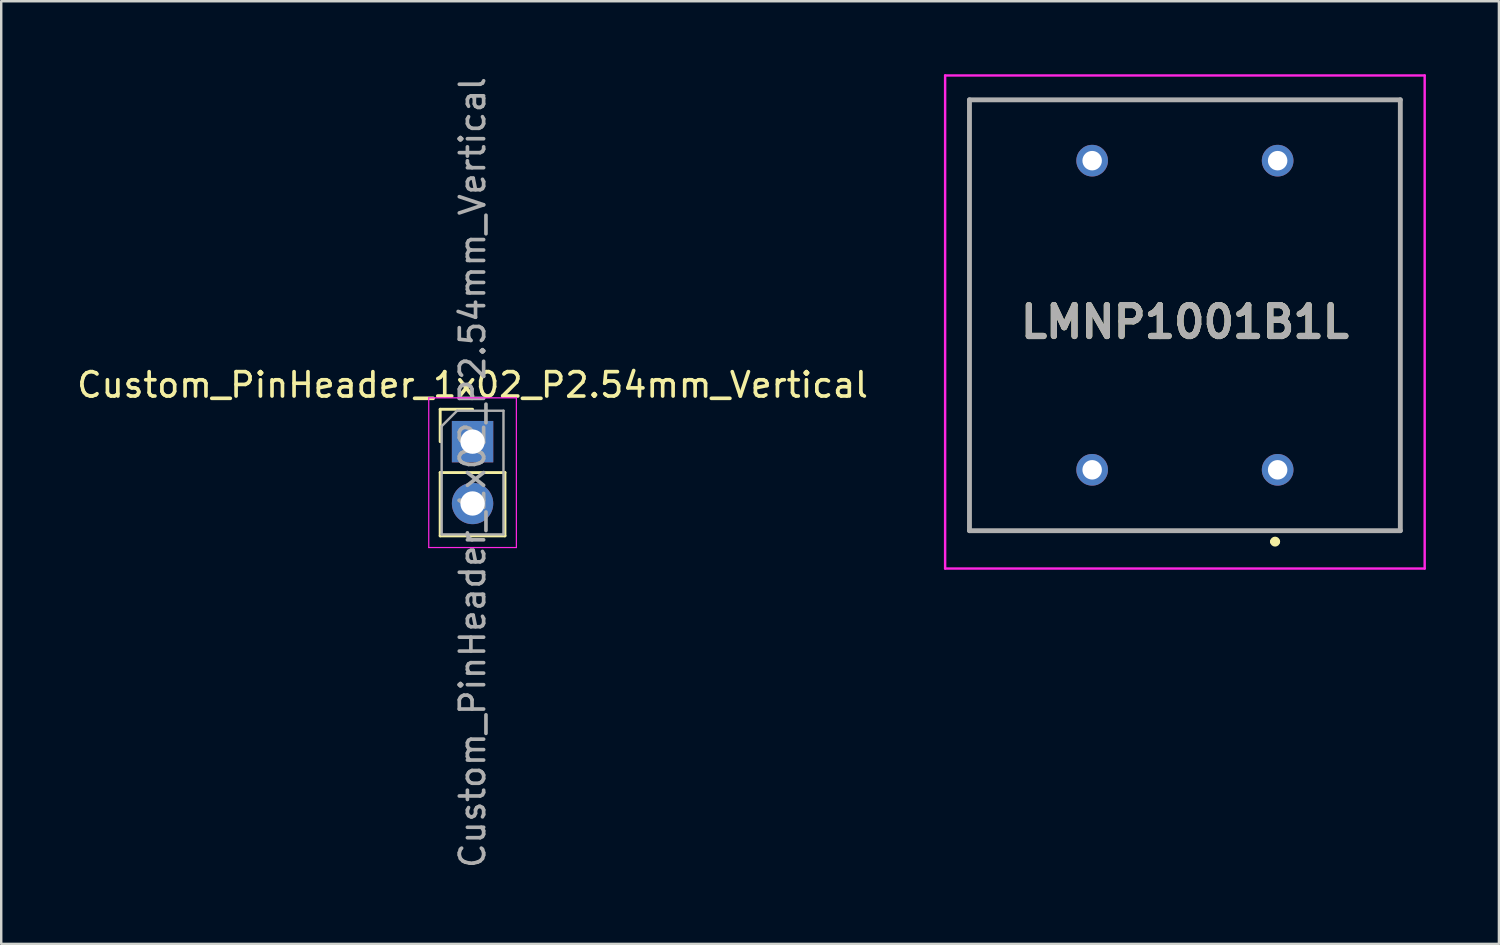
<source format=kicad_pcb>
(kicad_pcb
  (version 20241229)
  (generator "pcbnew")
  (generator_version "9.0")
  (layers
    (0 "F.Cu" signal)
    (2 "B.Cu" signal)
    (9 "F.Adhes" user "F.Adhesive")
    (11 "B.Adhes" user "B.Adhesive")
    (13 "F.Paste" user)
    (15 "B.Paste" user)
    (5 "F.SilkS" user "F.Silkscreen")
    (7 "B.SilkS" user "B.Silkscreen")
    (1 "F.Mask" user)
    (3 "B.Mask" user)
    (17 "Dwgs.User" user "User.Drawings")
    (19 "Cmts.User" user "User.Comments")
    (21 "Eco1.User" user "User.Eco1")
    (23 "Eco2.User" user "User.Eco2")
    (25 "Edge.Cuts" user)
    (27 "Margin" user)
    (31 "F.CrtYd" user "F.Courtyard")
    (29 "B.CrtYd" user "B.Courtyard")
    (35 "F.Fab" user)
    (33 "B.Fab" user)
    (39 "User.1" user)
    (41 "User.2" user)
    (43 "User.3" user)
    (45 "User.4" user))
  (footprint "LMNP1001B1L"
    (layer "F.Cu")
    (at 45.626 9.9)
    (property "Reference" "LMNP1001B1L" (at 0 0.278 0) (layer "F.SilkS") (effects (font (size 1.27 1.27) (thickness 0.254))))
    (attr through_hole)
    (fp_line (start -8.85 -8.85) (end 8.85 -8.85) (stroke (width 0.1) (type solid)) (layer "F.SilkS"))
    (fp_line (start -8.85 8.85) (end -8.85 -8.85) (stroke (width 0.1) (type solid)) (layer "F.SilkS"))
    (fp_line (start 3.6 9.3) (end 3.6 9.3) (stroke (width 0.2) (type solid)) (layer "F.SilkS"))
    (fp_line (start 3.81 9.3) (end 3.81 9.3) (stroke (width 0.2) (type solid)) (layer "F.SilkS"))
    (fp_line (start 8.85 -8.85) (end 8.85 8.85) (stroke (width 0.1) (type solid)) (layer "F.SilkS"))
    (fp_line (start 8.85 8.85) (end -8.85 8.85) (stroke (width 0.1) (type solid)) (layer "F.SilkS"))
    (fp_arc (start 3.6 9.3) (mid 3.705 9.195) (end 3.81 9.3) (stroke (width 0.2) (type solid)) (layer "F.SilkS"))
    (fp_arc (start 3.81 9.3) (mid 3.705 9.405) (end 3.6 9.3) (stroke (width 0.2) (type solid)) (layer "F.SilkS"))
    (fp_line (start -9.85 -9.85) (end 9.85 -9.85) (stroke (width 0.1) (type solid)) (layer "F.CrtYd"))
    (fp_line (start -9.85 10.405) (end -9.85 -9.85) (stroke (width 0.1) (type solid)) (layer "F.CrtYd"))
    (fp_line (start 9.85 -9.85) (end 9.85 10.405) (stroke (width 0.1) (type solid)) (layer "F.CrtYd"))
    (fp_line (start 9.85 10.405) (end -9.85 10.405) (stroke (width 0.1) (type solid)) (layer "F.CrtYd"))
    (fp_line (start -8.85 -8.85) (end 8.85 -8.85) (stroke (width 0.2) (type solid)) (layer "F.Fab"))
    (fp_line (start -8.85 8.85) (end -8.85 -8.85) (stroke (width 0.2) (type solid)) (layer "F.Fab"))
    (fp_line (start 8.85 -8.85) (end 8.85 8.85) (stroke (width 0.2) (type solid)) (layer "F.Fab"))
    (fp_line (start 8.85 8.85) (end -8.85 8.85) (stroke (width 0.2) (type solid)) (layer "F.Fab"))
    (fp_text user "${REFERENCE}" (at 0 0.278 0) (layer "F.Fab") (effects (font (size 1.27 1.27) (thickness 0.254))))
    (pad "1" thru_hole circle (at 3.81 6.35) (size 1.3 1.3) (drill 0.8) (layers "*.Cu" "*.Mask"))
    (pad "4" thru_hole circle (at -3.81 6.35) (size 1.3 1.3) (drill 0.8) (layers "*.Cu" "*.Mask"))
    (pad "5" thru_hole circle (at -3.81 -6.35) (size 1.3 1.3) (drill 0.8) (layers "*.Cu" "*.Mask"))
    (pad "8" thru_hole circle (at 3.81 -6.35) (size 1.3 1.3) (drill 0.8) (layers "*.Cu" "*.Mask")))
  (footprint "Custom_PinHeader_1x02_P2.54mm_Vertical"
    (layer "F.Cu")
    (at 16.363 15.093)
    (property "Reference" "Custom_PinHeader_1x02_P2.54mm_Vertical" (at 0 -2.33 0) (layer "F.SilkS") (effects (font (size 1 1) (thickness 0.15))))
    (attr through_hole)
    (fp_line (start -1.33 -1.33) (end 0 -1.33) (stroke (width 0.12) (type solid)) (layer "F.SilkS"))
    (fp_line (start -1.33 0) (end -1.33 -1.33) (stroke (width 0.12) (type solid)) (layer "F.SilkS"))
    (fp_line (start -1.33 1.27) (end -1.33 3.87) (stroke (width 0.12) (type solid)) (layer "F.SilkS"))
    (fp_line (start -1.33 1.27) (end 1.33 1.27) (stroke (width 0.12) (type solid)) (layer "F.SilkS"))
    (fp_line (start -1.33 3.87) (end 1.33 3.87) (stroke (width 0.12) (type solid)) (layer "F.SilkS"))
    (fp_line (start 1.33 1.27) (end 1.33 3.87) (stroke (width 0.12) (type solid)) (layer "F.SilkS"))
    (fp_line (start -1.8 -1.8) (end -1.8 4.35) (stroke (width 0.05) (type solid)) (layer "F.CrtYd"))
    (fp_line (start -1.8 4.35) (end 1.8 4.35) (stroke (width 0.05) (type solid)) (layer "F.CrtYd"))
    (fp_line (start 1.8 -1.8) (end -1.8 -1.8) (stroke (width 0.05) (type solid)) (layer "F.CrtYd"))
    (fp_line (start 1.8 4.35) (end 1.8 -1.8) (stroke (width 0.05) (type solid)) (layer "F.CrtYd"))
    (fp_line (start -1.27 -0.635) (end -0.635 -1.27) (stroke (width 0.1) (type solid)) (layer "F.Fab"))
    (fp_line (start -1.27 3.81) (end -1.27 -0.635) (stroke (width 0.1) (type solid)) (layer "F.Fab"))
    (fp_line (start -0.635 -1.27) (end 1.27 -1.27) (stroke (width 0.1) (type solid)) (layer "F.Fab"))
    (fp_line (start 1.27 -1.27) (end 1.27 3.81) (stroke (width 0.1) (type solid)) (layer "F.Fab"))
    (fp_line (start 1.27 3.81) (end -1.27 3.81) (stroke (width 0.1) (type solid)) (layer "F.Fab"))
    (fp_text user "${REFERENCE}" (at 0 1.27 90) (layer "F.Fab") (effects (font (size 1 1) (thickness 0.15))))
    (pad "S" thru_hole oval (at 0 2.54) (size 1.7 1.7) (drill 1) (layers "*.Cu" "*.Mask"))
    (pad "T" thru_hole rect (at 0 0) (size 1.7 1.7) (drill 1) (layers "*.Cu" "*.Mask")))
  (gr_rect
    (start -3 -3)
    (end 58.526 35.726)
    (stroke (width 0.1) (type default))
    (fill no)
    (layer "Edge.Cuts")))
</source>
